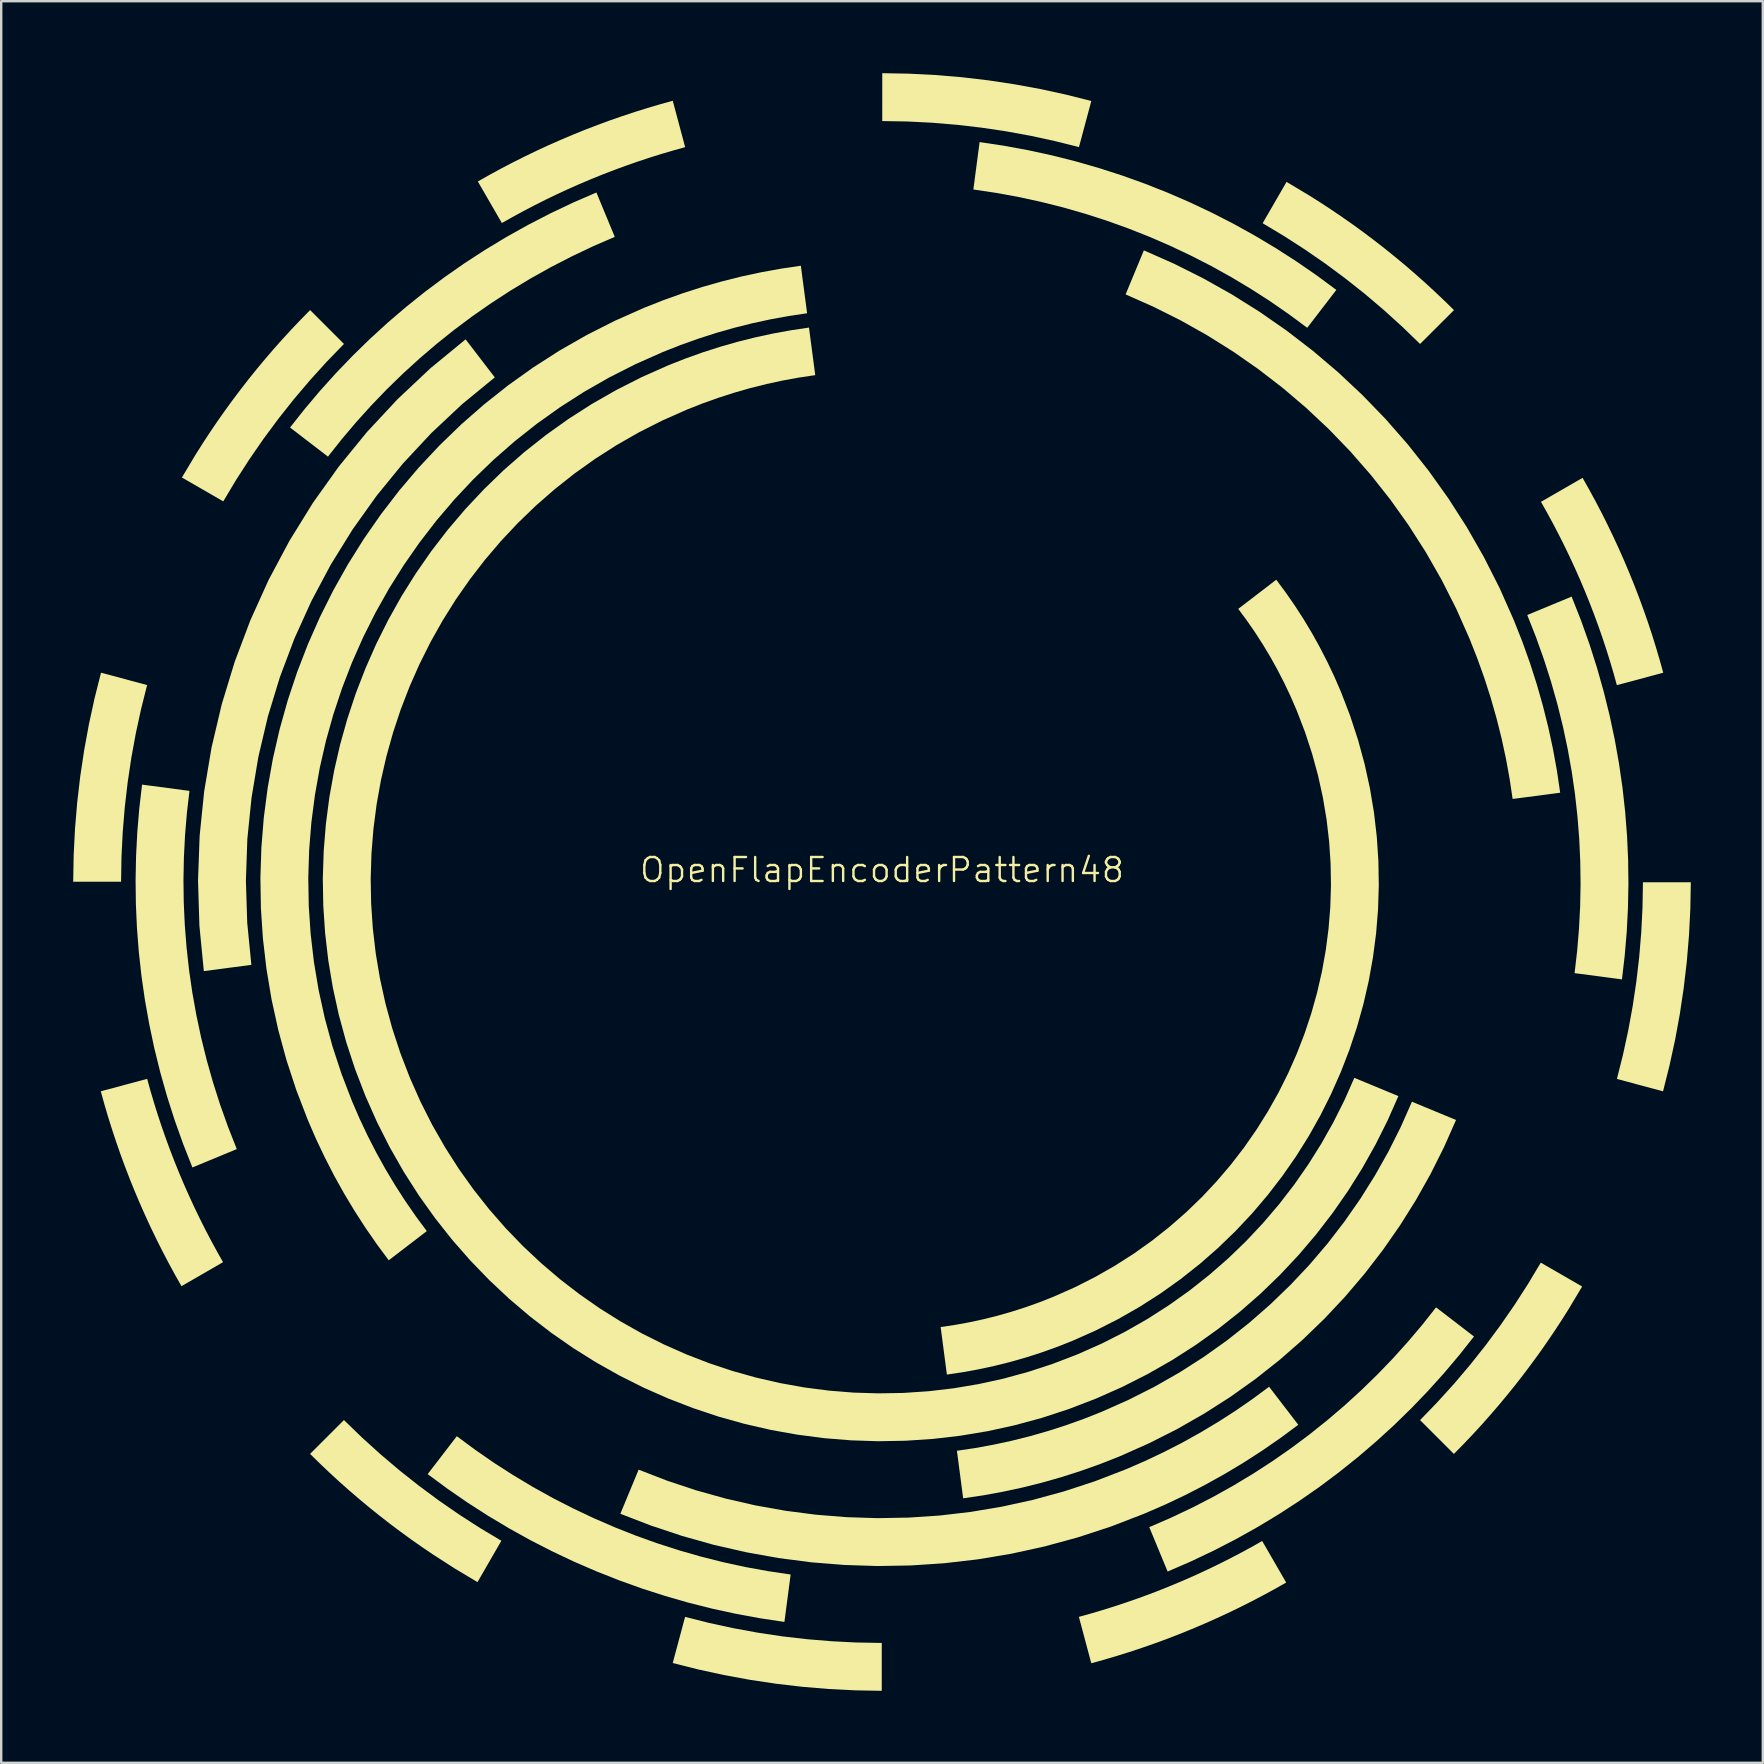
<source format=kicad_pcb>
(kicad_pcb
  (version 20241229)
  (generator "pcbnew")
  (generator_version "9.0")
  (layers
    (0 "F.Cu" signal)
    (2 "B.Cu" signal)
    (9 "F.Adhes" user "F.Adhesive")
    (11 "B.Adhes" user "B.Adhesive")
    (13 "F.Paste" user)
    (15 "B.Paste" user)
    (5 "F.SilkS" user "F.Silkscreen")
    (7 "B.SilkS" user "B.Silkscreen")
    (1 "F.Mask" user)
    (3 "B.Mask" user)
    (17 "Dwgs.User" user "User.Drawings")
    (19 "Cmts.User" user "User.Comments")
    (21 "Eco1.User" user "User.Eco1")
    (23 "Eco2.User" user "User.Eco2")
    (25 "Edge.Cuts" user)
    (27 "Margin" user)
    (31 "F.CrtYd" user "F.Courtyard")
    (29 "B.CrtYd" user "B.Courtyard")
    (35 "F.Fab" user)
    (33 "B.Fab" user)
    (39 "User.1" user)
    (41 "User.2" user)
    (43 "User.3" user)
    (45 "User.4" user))
  (footprint "OpenFlapEncoderPattern48"
    (layer "F.Cu")
    (at 33.704 33.704)
    (property "Reference" "OpenFlapEncoderPattern48" (at 0 -0.5 0) (unlocked yes) (layer "F.SilkS") (effects (font (size 1 1) (thickness 0.1))))
    (fp_poly (pts (xy 29.193 -16.842) (xy 29.193 -16.842) (xy 29.193 -16.842) (xy 29.193 -16.842) (xy 29.193 -16.842) (xy 29.193 -16.842) (xy 29.193 -16.842) (xy 29.193 -16.842) (xy 29.193 -16.842)) (stroke (width -0.000001) (type solid)) (fill yes) (layer "F.SilkS"))
    (fp_poly (pts (xy -30.624 -8.207) (xy -30.875 -7.207) (xy -31.094 -6.198) (xy -31.28 -5.182) (xy -31.433 -4.159) (xy -31.553 -3.129) (xy -31.639 -2.094) (xy -31.692 -1.054) (xy -31.709 -0.01) (xy -33.704 -0.011) (xy -33.684 -1.12) (xy -33.628 -2.225) (xy -33.536 -3.325) (xy -33.408 -4.419) (xy -33.244 -5.507) (xy -33.046 -6.587) (xy -32.812 -7.659) (xy -32.545 -8.722)) (stroke (width -0.000001) (type solid)) (fill yes) (layer "F.SilkS"))
    (fp_poly (pts (xy -7.206 30.875) (xy -6.198 31.094) (xy -5.182 31.28) (xy -4.158 31.434) (xy -3.129 31.553) (xy -2.093 31.639) (xy -1.054 31.691) (xy -0.01 31.709) (xy -0.011 33.704) (xy -1.12 33.684) (xy -2.225 33.628) (xy -3.325 33.536) (xy -4.419 33.408) (xy -5.506 33.245) (xy -6.587 33.046) (xy -7.659 32.813) (xy -8.721 32.546) (xy -8.206 30.624)) (stroke (width -0.000001) (type solid)) (fill yes) (layer "F.SilkS"))
    (fp_poly (pts (xy 1.12 -33.684) (xy 2.225 -33.628) (xy 3.325 -33.536) (xy 4.419 -33.408) (xy 5.507 -33.244) (xy 6.587 -33.046) (xy 7.659 -32.813) (xy 8.722 -32.545) (xy 8.207 -30.624) (xy 7.207 -30.875) (xy 6.198 -31.094) (xy 5.182 -31.28) (xy 4.159 -31.433) (xy 3.129 -31.553) (xy 2.094 -31.639) (xy 1.054 -31.692) (xy 0.01 -31.709) (xy 0.011 -33.704)) (stroke (width -0.000001) (type solid)) (fill yes) (layer "F.SilkS"))
    (fp_poly (pts (xy 33.704 0.011) (xy 33.684 1.12) (xy 33.628 2.225) (xy 33.536 3.325) (xy 33.408 4.419) (xy 33.245 5.507) (xy 33.047 6.587) (xy 32.813 7.659) (xy 32.546 8.722) (xy 30.624 8.207) (xy 30.875 7.207) (xy 31.094 6.198) (xy 31.28 5.182) (xy 31.433 4.159) (xy 31.553 3.129) (xy 31.639 2.094) (xy 31.691 1.054) (xy 31.709 0.01)) (stroke (width -0.000001) (type solid)) (fill yes) (layer "F.SilkS"))
    (fp_poly (pts (xy -21.672 23.147) (xy -20.9 23.846) (xy -20.108 24.517) (xy -19.295 25.161) (xy -18.464 25.776) (xy -17.614 26.363) (xy -16.746 26.922) (xy -15.862 27.452) (xy -16.856 29.174) (xy -17.797 28.612) (xy -18.719 28.018) (xy -19.174 27.71) (xy -19.623 27.394) (xy -20.068 27.071) (xy -20.508 26.74) (xy -20.943 26.402) (xy -21.372 26.057) (xy -21.796 25.704) (xy -22.215 25.344) (xy -22.628 24.977) (xy -23.036 24.602) (xy -23.437 24.22) (xy -23.833 23.831) (xy -22.422 22.421)) (stroke (width -0.000001) (type solid)) (fill yes) (layer "F.SilkS"))
    (fp_poly (pts (xy -22.421 -22.422) (xy -23.147 -21.672) (xy -23.845 -20.9) (xy -24.517 -20.108) (xy -25.16 -19.295) (xy -25.776 -18.463) (xy -26.363 -17.613) (xy -26.922 -16.745) (xy -27.451 -15.861) (xy -29.174 -16.856) (xy -28.611 -17.797) (xy -28.319 -18.26) (xy -28.018 -18.719) (xy -27.71 -19.174) (xy -27.394 -19.623) (xy -27.071 -20.068) (xy -26.74 -20.508) (xy -26.402 -20.943) (xy -26.057 -21.372) (xy -25.704 -21.796) (xy -25.344 -22.215) (xy -24.976 -22.628) (xy -24.601 -23.036) (xy -24.22 -23.437) (xy -23.831 -23.833)) (stroke (width -0.000001) (type solid)) (fill yes) (layer "F.SilkS"))
    (fp_poly (pts (xy 17.797 -28.612) (xy 18.261 -28.319) (xy 18.72 -28.018) (xy 19.174 -27.71) (xy 19.624 -27.394) (xy 20.069 -27.071) (xy 20.508 -26.74) (xy 20.943 -26.402) (xy 21.372 -26.056) (xy 21.796 -25.704) (xy 22.215 -25.343) (xy 22.628 -24.976) (xy 23.036 -24.601) (xy 23.438 -24.22) (xy 23.834 -23.831) (xy 22.422 -22.421) (xy 21.672 -23.146) (xy 20.9 -23.845) (xy 20.108 -24.517) (xy 19.295 -25.16) (xy 18.464 -25.776) (xy 17.614 -26.363) (xy 16.746 -26.922) (xy 15.862 -27.452) (xy 16.857 -29.174)) (stroke (width -0.000001) (type solid)) (fill yes) (layer "F.SilkS"))
    (fp_poly (pts (xy 29.175 16.856) (xy 28.612 17.797) (xy 28.319 18.261) (xy 28.019 18.72) (xy 27.71 19.174) (xy 27.395 19.624) (xy 27.071 20.068) (xy 26.741 20.508) (xy 26.403 20.943) (xy 26.057 21.372) (xy 25.704 21.796) (xy 25.344 22.215) (xy 24.977 22.628) (xy 24.602 23.035) (xy 24.22 23.437) (xy 23.831 23.833) (xy 22.421 22.423) (xy 23.147 21.672) (xy 23.846 20.901) (xy 24.517 20.108) (xy 25.161 19.296) (xy 25.776 18.464) (xy 26.364 17.614) (xy 26.922 16.746) (xy 27.452 15.862)) (stroke (width -0.000001) (type solid)) (fill yes) (layer "F.SilkS"))
    (fp_poly (pts (xy -30.485 8.698) (xy -30.339 9.191) (xy -30.185 9.684) (xy -30.022 10.176) (xy -29.851 10.666) (xy -29.671 11.156) (xy -29.483 11.644) (xy -29.286 12.131) (xy -29.082 12.613) (xy -28.87 13.09) (xy -28.652 13.562) (xy -28.427 14.028) (xy -28.195 14.49) (xy -27.956 14.946) (xy -27.711 15.396) (xy -27.46 15.842) (xy -29.192 16.842) (xy -29.46 16.368) (xy -29.721 15.889) (xy -29.974 15.404) (xy -30.221 14.914) (xy -30.461 14.418) (xy -30.693 13.916) (xy -30.918 13.409) (xy -31.135 12.897) (xy -31.345 12.379) (xy -31.545 11.86) (xy -31.736 11.34) (xy -31.917 10.818) (xy -32.09 10.295) (xy -32.254 9.772) (xy -32.409 9.247) (xy -32.554 8.721) (xy -30.622 8.203)) (stroke (width -0.000001) (type solid)) (fill yes) (layer "F.SilkS"))
    (fp_poly (pts (xy -28.859 -3.797) (xy -28.966 -2.876) (xy -29.043 -1.951) (xy -29.091 -1.021) (xy -29.109 -0.088) (xy -29.097 0.848) (xy -29.054 1.786) (xy -28.98 2.726) (xy -28.876 3.666) (xy -28.74 4.606) (xy -28.572 5.545) (xy -28.373 6.483) (xy -28.141 7.419) (xy -27.877 8.352) (xy -27.58 9.282) (xy -27.25 10.208) (xy -26.887 11.129) (xy -28.736 11.895) (xy -29.124 10.911) (xy -29.476 9.923) (xy -29.793 8.93) (xy -30.075 7.933) (xy -30.322 6.933) (xy -30.534 5.93) (xy -30.713 4.927) (xy -30.858 3.922) (xy -30.969 2.917) (xy -31.047 1.913) (xy -31.092 0.91) (xy -31.104 -0.091) (xy -31.084 -1.088) (xy -31.032 -2.083) (xy -30.949 -3.073) (xy -30.834 -4.058)) (stroke (width -0.000001) (type solid)) (fill yes) (layer "F.SilkS"))
    (fp_poly (pts (xy -16.136 -21.028) (xy -17.499 -19.91) (xy -18.776 -18.712) (xy -19.963 -17.439) (xy -21.059 -16.097) (xy -22.061 -14.692) (xy -22.968 -13.228) (xy -23.776 -11.711) (xy -24.485 -10.146) (xy -25.091 -8.538) (xy -25.592 -6.894) (xy -25.987 -5.218) (xy -26.272 -3.515) (xy -26.447 -1.792) (xy -26.507 -0.052) (xy -26.452 1.697) (xy -26.28 3.452) (xy -28.26 3.713) (xy -28.444 1.827) (xy -28.502 -0.053) (xy -28.435 -1.923) (xy -28.246 -3.776) (xy -27.938 -5.607) (xy -27.513 -7.409) (xy -26.973 -9.178) (xy -26.321 -10.907) (xy -25.56 -12.59) (xy -24.69 -14.222) (xy -23.716 -15.797) (xy -22.639 -17.309) (xy -21.462 -18.752) (xy -20.186 -20.121) (xy -18.816 -21.41) (xy -17.352 -22.613)) (stroke (width -0.000001) (type solid)) (fill yes) (layer "F.SilkS"))
    (fp_poly (pts (xy -11.136 -26.884) (xy -12.044 -26.49) (xy -12.932 -26.068) (xy -13.8 -25.621) (xy -14.647 -25.148) (xy -15.473 -24.65) (xy -16.277 -24.128) (xy -17.06 -23.583) (xy -17.821 -23.014) (xy -18.56 -22.424) (xy -19.276 -21.812) (xy -19.97 -21.179) (xy -20.641 -20.526) (xy -21.288 -19.853) (xy -21.912 -19.162) (xy -22.512 -18.453) (xy -23.088 -17.726) (xy -24.668 -18.939) (xy -24.053 -19.716) (xy -23.412 -20.475) (xy -22.745 -21.215) (xy -22.053 -21.934) (xy -21.337 -22.633) (xy -20.596 -23.31) (xy -19.83 -23.965) (xy -19.041 -24.597) (xy -18.228 -25.205) (xy -17.392 -25.788) (xy -16.533 -26.346) (xy -15.651 -26.879) (xy -14.746 -27.384) (xy -13.82 -27.862) (xy -12.872 -28.312) (xy -11.902 -28.733)) (stroke (width -0.000001) (type solid)) (fill yes) (layer "F.SilkS"))
    (fp_poly (pts (xy -8.203 -30.622) (xy -8.698 -30.484) (xy -9.191 -30.339) (xy -9.684 -30.185) (xy -10.175 -30.022) (xy -10.666 -29.851) (xy -11.155 -29.671) (xy -11.644 -29.483) (xy -12.13 -29.286) (xy -12.613 -29.082) (xy -13.09 -28.87) (xy -13.561 -28.652) (xy -14.028 -28.427) (xy -14.489 -28.195) (xy -14.945 -27.956) (xy -15.396 -27.711) (xy -15.841 -27.46) (xy -16.842 -29.192) (xy -16.368 -29.46) (xy -15.889 -29.721) (xy -15.404 -29.975) (xy -14.913 -30.221) (xy -14.417 -30.461) (xy -13.916 -30.693) (xy -13.409 -30.918) (xy -12.896 -31.135) (xy -12.379 -31.345) (xy -11.86 -31.545) (xy -11.339 -31.736) (xy -10.818 -31.917) (xy -10.295 -32.09) (xy -9.771 -32.254) (xy -9.246 -32.409) (xy -8.72 -32.555)) (stroke (width -0.000001) (type solid)) (fill yes) (layer "F.SilkS"))
    (fp_poly (pts (xy 5.077 -30.681) (xy 6.079 -30.497) (xy 7.074 -30.281) (xy 8.06 -30.033) (xy 9.036 -29.752) (xy 10.003 -29.441) (xy 10.958 -29.098) (xy 11.902 -28.725) (xy 12.833 -28.321) (xy 13.751 -27.887) (xy 14.655 -27.424) (xy 15.543 -26.931) (xy 16.416 -26.409) (xy 17.272 -25.859) (xy 18.111 -25.28) (xy 18.932 -24.673) (xy 17.719 -23.094) (xy 16.951 -23.662) (xy 16.167 -24.205) (xy 15.365 -24.72) (xy 14.549 -25.209) (xy 13.717 -25.67) (xy 12.871 -26.104) (xy 12.013 -26.51) (xy 11.141 -26.888) (xy 10.258 -27.237) (xy 9.363 -27.558) (xy 8.459 -27.849) (xy 7.545 -28.111) (xy 6.621 -28.343) (xy 5.69 -28.545) (xy 4.752 -28.717) (xy 3.807 -28.858) (xy 4.067 -30.833)) (stroke (width -0.000001) (type solid)) (fill yes) (layer "F.SilkS"))
    (fp_poly (pts (xy 24.668 18.939) (xy 24.053 19.716) (xy 23.412 20.475) (xy 22.745 21.215) (xy 22.053 21.934) (xy 21.337 22.633) (xy 20.596 23.31) (xy 19.831 23.965) (xy 19.041 24.597) (xy 18.229 25.205) (xy 17.392 25.788) (xy 16.533 26.347) (xy 15.651 26.879) (xy 14.747 27.384) (xy 13.82 27.862) (xy 12.872 28.312) (xy 11.902 28.733) (xy 11.137 26.884) (xy 12.045 26.49) (xy 12.933 26.069) (xy 13.801 25.621) (xy 14.648 25.148) (xy 15.473 24.651) (xy 16.278 24.129) (xy 17.061 23.583) (xy 17.822 23.015) (xy 18.56 22.424) (xy 19.277 21.812) (xy 19.97 21.179) (xy 20.641 20.526) (xy 21.289 19.854) (xy 21.912 19.162) (xy 22.512 18.453) (xy 23.088 17.726)) (stroke (width -0.000001) (type solid)) (fill yes) (layer "F.SilkS"))
    (fp_poly (pts (xy 29.125 -10.91) (xy 29.477 -9.921) (xy 29.794 -8.928) (xy 30.075 -7.931) (xy 30.322 -6.931) (xy 30.535 -5.929) (xy 30.713 -4.925) (xy 30.858 -3.921) (xy 30.969 -2.916) (xy 31.047 -1.912) (xy 31.092 -0.909) (xy 31.104 0.091) (xy 31.084 1.089) (xy 31.033 2.083) (xy 30.949 3.073) (xy 30.834 4.058) (xy 28.86 3.798) (xy 28.967 2.877) (xy 29.044 1.951) (xy 29.092 1.021) (xy 29.11 0.088) (xy 29.097 -0.848) (xy 29.055 -1.786) (xy 28.981 -2.725) (xy 28.877 -3.665) (xy 28.741 -4.605) (xy 28.573 -5.544) (xy 28.374 -6.482) (xy 28.142 -7.418) (xy 27.878 -8.351) (xy 27.581 -9.281) (xy 27.251 -10.207) (xy 26.888 -11.127) (xy 28.737 -11.893)) (stroke (width -0.000001) (type solid)) (fill yes) (layer "F.SilkS"))
    (fp_poly (pts (xy 29.46 -16.368) (xy 29.721 -15.889) (xy 29.975 -15.404) (xy 30.222 -14.913) (xy 30.461 -14.417) (xy 30.693 -13.916) (xy 30.918 -13.409) (xy 31.135 -12.896) (xy 31.345 -12.379) (xy 31.545 -11.86) (xy 31.736 -11.339) (xy 31.918 -10.818) (xy 32.091 -10.295) (xy 32.254 -9.771) (xy 32.409 -9.246) (xy 32.555 -8.721) (xy 30.622 -8.204) (xy 30.485 -8.698) (xy 30.339 -9.191) (xy 30.185 -9.684) (xy 30.022 -10.176) (xy 29.851 -10.666) (xy 29.672 -11.155) (xy 29.483 -11.644) (xy 29.286 -12.13) (xy 29.082 -12.613) (xy 28.871 -13.089) (xy 28.652 -13.561) (xy 28.427 -14.028) (xy 28.195 -14.489) (xy 27.957 -14.945) (xy 27.712 -15.396) (xy 27.46 -15.842) (xy 29.193 -16.842)) (stroke (width -0.000001) (type solid)) (fill yes) (layer "F.SilkS"))
    (fp_poly (pts (xy -16.951 23.662) (xy -16.167 24.205) (xy -15.365 24.72) (xy -14.549 25.209) (xy -13.717 25.671) (xy -12.871 26.104) (xy -12.012 26.51) (xy -11.141 26.888) (xy -10.258 27.238) (xy -9.363 27.558) (xy -8.459 27.849) (xy -7.544 28.111) (xy -6.621 28.344) (xy -5.69 28.546) (xy -4.752 28.717) (xy -3.807 28.858) (xy -4.067 30.833) (xy -5.076 30.681) (xy -6.079 30.497) (xy -7.073 30.281) (xy -8.059 30.033) (xy -9.036 29.752) (xy -10.003 29.441) (xy -10.958 29.098) (xy -11.902 28.725) (xy -12.833 28.322) (xy -13.751 27.888) (xy -14.655 27.425) (xy -15.543 26.932) (xy -16.416 26.41) (xy -17.272 25.86) (xy -18.111 25.281) (xy -18.932 24.674) (xy -17.719 23.094) (xy -17.719 23.094)) (stroke (width -0.000001) (type solid)) (fill yes) (layer "F.SilkS"))
    (fp_poly (pts (xy 16.842 29.192) (xy 16.368 29.46) (xy 15.889 29.721) (xy 15.404 29.975) (xy 14.914 30.222) (xy 14.418 30.461) (xy 13.917 30.693) (xy 13.41 30.918) (xy 12.897 31.135) (xy 12.379 31.345) (xy 11.86 31.545) (xy 11.34 31.736) (xy 10.818 31.918) (xy 10.296 32.091) (xy 9.772 32.254) (xy 9.247 32.409) (xy 8.721 32.555) (xy 8.204 30.622) (xy 8.204 30.622) (xy 8.698 30.485) (xy 9.192 30.339) (xy 9.684 30.185) (xy 10.176 30.022) (xy 10.667 29.851) (xy 11.156 29.672) (xy 11.644 29.483) (xy 12.131 29.286) (xy 12.613 29.082) (xy 13.09 28.871) (xy 13.562 28.652) (xy 14.028 28.427) (xy 14.49 28.195) (xy 14.946 27.957) (xy 15.397 27.712) (xy 15.842 27.46)) (stroke (width -0.000001) (type solid)) (fill yes) (layer "F.SilkS"))
    (fp_poly (pts (xy 12.162 -25.768) (xy 13.385 -25.155) (xy 14.579 -24.484) (xy 15.74 -23.756) (xy 16.868 -22.971) (xy 17.958 -22.132) (xy 19.01 -21.238) (xy 20.02 -20.29) (xy 20.987 -19.29) (xy 21.907 -18.239) (xy 22.779 -17.137) (xy 23.6 -15.986) (xy 24.369 -14.787) (xy 25.082 -13.539) (xy 25.737 -12.246) (xy 26.331 -10.906) (xy 26.682 -10.02) (xy 27 -9.129) (xy 27.287 -8.234) (xy 27.542 -7.336) (xy 27.767 -6.435) (xy 27.962 -5.532) (xy 28.126 -4.627) (xy 28.26 -3.721) (xy 26.279 -3.461) (xy 26.153 -4.302) (xy 26 -5.143) (xy 25.819 -5.982) (xy 25.609 -6.82) (xy 25.371 -7.655) (xy 25.104 -8.488) (xy 24.808 -9.316) (xy 24.482 -10.141) (xy 23.929 -11.388) (xy 23.319 -12.592) (xy 22.656 -13.753) (xy 21.941 -14.87) (xy 21.178 -15.942) (xy 20.367 -16.967) (xy 19.512 -17.945) (xy 18.614 -18.876) (xy 17.675 -19.757) (xy 16.698 -20.589) (xy 15.684 -21.37) (xy 14.637 -22.1) (xy 13.558 -22.777) (xy 12.449 -23.401) (xy 11.313 -23.97) (xy 10.151 -24.485) (xy 10.912 -26.321)) (stroke (width -0.000001) (type solid)) (fill yes) (layer "F.SilkS"))
    (fp_poly (pts (xy 23.92 9.917) (xy 23.417 11.053) (xy 22.86 12.165) (xy 22.251 13.249) (xy 21.589 14.305) (xy 20.876 15.329) (xy 20.113 16.32) (xy 19.3 17.276) (xy 18.439 18.194) (xy 17.531 19.072) (xy 16.575 19.909) (xy 15.574 20.701) (xy 14.528 21.447) (xy 13.438 22.145) (xy 12.305 22.793) (xy 11.129 23.388) (xy 9.912 23.929) (xy 9.107 24.247) (xy 8.297 24.536) (xy 7.484 24.797) (xy 6.667 25.029) (xy 5.848 25.234) (xy 5.027 25.41) (xy 4.205 25.56) (xy 3.382 25.682) (xy 3.122 23.701) (xy 3.881 23.588) (xy 4.639 23.449) (xy 5.396 23.286) (xy 6.151 23.097) (xy 6.905 22.882) (xy 7.655 22.641) (xy 8.403 22.374) (xy 9.146 22.08) (xy 10.271 21.58) (xy 11.357 21.031) (xy 12.405 20.433) (xy 13.412 19.788) (xy 14.378 19.1) (xy 15.303 18.369) (xy 16.185 17.597) (xy 17.024 16.787) (xy 17.82 15.941) (xy 18.57 15.06) (xy 19.274 14.146) (xy 19.932 13.202) (xy 20.543 12.228) (xy 21.106 11.228) (xy 21.619 10.204) (xy 22.083 9.156)) (stroke (width -0.000001) (type solid)) (fill yes) (layer "F.SilkS"))
    (fp_poly (pts (xy 17.346 22.618) (xy 16.611 23.163) (xy 15.856 23.686) (xy 15.08 24.187) (xy 14.285 24.664) (xy 13.47 25.118) (xy 12.635 25.548) (xy 11.78 25.953) (xy 10.907 26.331) (xy 9.539 26.858) (xy 8.16 27.31) (xy 6.774 27.687) (xy 5.382 27.993) (xy 3.987 28.226) (xy 2.591 28.388) (xy 1.196 28.48) (xy -0.195 28.504) (xy -1.579 28.459) (xy -2.956 28.348) (xy -4.321 28.17) (xy -5.673 27.927) (xy -7.01 27.621) (xy -8.328 27.251) (xy -9.627 26.819) (xy -10.903 26.326) (xy -10.142 24.489) (xy -10.142 24.488) (xy -8.956 24.947) (xy -7.75 25.348) (xy -6.524 25.691) (xy -5.282 25.976) (xy -4.025 26.201) (xy -2.756 26.365) (xy -1.476 26.468) (xy -0.189 26.509) (xy 1.105 26.486) (xy 2.402 26.4) (xy 3.7 26.248) (xy 4.998 26.03) (xy 6.294 25.746) (xy 7.584 25.393) (xy 8.867 24.973) (xy 10.141 24.482) (xy 10.954 24.13) (xy 11.748 23.754) (xy 12.525 23.355) (xy 13.283 22.933) (xy 14.023 22.489) (xy 14.745 22.024) (xy 15.447 21.538) (xy 16.13 21.033)) (stroke (width -0.000001) (type solid)) (fill yes) (layer "F.SilkS"))
    (fp_poly (pts (xy -3.121 -23.7) (xy -3.88 -23.587) (xy -4.638 -23.449) (xy -5.396 -23.285) (xy -6.151 -23.096) (xy -6.904 -22.882) (xy -7.655 -22.641) (xy -8.402 -22.374) (xy -9.145 -22.08) (xy -10.271 -21.58) (xy -11.358 -21.03) (xy -12.405 -20.432) (xy -13.413 -19.787) (xy -14.38 -19.098) (xy -15.305 -18.367) (xy -16.187 -17.595) (xy -17.027 -16.784) (xy -17.822 -15.937) (xy -18.572 -15.056) (xy -19.277 -14.141) (xy -19.935 -13.196) (xy -20.546 -12.223) (xy -21.108 -11.222) (xy -21.622 -10.196) (xy -22.086 -9.148) (xy -22.499 -8.079) (xy -22.861 -6.991) (xy -23.171 -5.885) (xy -23.427 -4.765) (xy -23.63 -3.631) (xy -23.779 -2.486) (xy -23.871 -1.333) (xy -23.908 -0.171) (xy -23.888 0.995) (xy -23.809 2.165) (xy -23.672 3.337) (xy -23.476 4.507) (xy -23.219 5.676) (xy -22.902 6.84) (xy -22.522 7.997) (xy -22.08 9.146) (xy -21.762 9.879) (xy -21.423 10.595) (xy -21.063 11.296) (xy -20.683 11.98) (xy -20.283 12.647) (xy -19.863 13.297) (xy -19.425 13.931) (xy -18.969 14.547) (xy -20.555 15.763) (xy -21.05 15.095) (xy -21.525 14.409) (xy -21.98 13.704) (xy -22.414 12.982) (xy -22.827 12.241) (xy -23.217 11.482) (xy -23.585 10.706) (xy -23.929 9.912) (xy -24.407 8.669) (xy -24.818 7.416) (xy -25.161 6.156) (xy -25.438 4.891) (xy -25.65 3.623) (xy -25.798 2.354) (xy -25.882 1.087) (xy -25.903 -0.177) (xy -25.862 -1.436) (xy -25.761 -2.686) (xy -25.599 -3.927) (xy -25.379 -5.156) (xy -25.1 -6.371) (xy -24.764 -7.569) (xy -24.371 -8.749) (xy -23.923 -9.909) (xy -23.42 -11.046) (xy -22.863 -12.158) (xy -22.253 -13.243) (xy -21.591 -14.299) (xy -20.878 -15.324) (xy -20.115 -16.316) (xy -19.303 -17.272) (xy -18.441 -18.191) (xy -17.533 -19.069) (xy -16.577 -19.906) (xy -15.576 -20.699) (xy -14.529 -21.446) (xy -13.439 -22.145) (xy -12.305 -22.793) (xy -11.129 -23.388) (xy -9.911 -23.929) (xy -9.911 -23.929) (xy -9.911 -23.929) (xy -9.911 -23.929) (xy -9.911 -23.929) (xy -9.911 -23.929) (xy -9.911 -23.929) (xy -9.106 -24.247) (xy -8.296 -24.536) (xy -7.483 -24.797) (xy -6.667 -25.029) (xy -5.848 -25.234) (xy -5.027 -25.41) (xy -4.205 -25.559) (xy -3.382 -25.681)) (stroke (width -0.000001) (type solid)) (fill yes) (layer "F.SilkS"))
    (fp_poly (pts (xy 16.824 -12.063) (xy 17.204 -11.515) (xy 17.568 -10.952) (xy 17.915 -10.374) (xy 18.244 -9.782) (xy 18.556 -9.176) (xy 18.85 -8.556) (xy 19.125 -7.922) (xy 19.507 -6.928) (xy 19.835 -5.927) (xy 20.11 -4.92) (xy 20.331 -3.909) (xy 20.501 -2.896) (xy 20.618 -1.882) (xy 20.685 -0.869) (xy 20.702 0.141) (xy 20.67 1.147) (xy 20.589 2.147) (xy 20.459 3.138) (xy 20.283 4.12) (xy 20.06 5.091) (xy 19.791 6.049) (xy 19.477 6.993) (xy 19.119 7.919) (xy 18.717 8.828) (xy 18.272 9.717) (xy 17.785 10.585) (xy 17.256 11.429) (xy 16.686 12.248) (xy 16.076 13.041) (xy 15.427 13.805) (xy 14.738 14.539) (xy 14.012 15.241) (xy 13.249 15.91) (xy 12.448 16.544) (xy 11.612 17.141) (xy 10.741 17.699) (xy 9.835 18.217) (xy 8.895 18.693) (xy 7.922 19.125) (xy 7.279 19.379) (xy 6.632 19.61) (xy 5.982 19.818) (xy 5.329 20.004) (xy 4.675 20.167) (xy 4.019 20.308) (xy 3.362 20.428) (xy 2.704 20.525) (xy 2.444 18.546) (xy 3.038 18.457) (xy 3.631 18.349) (xy 4.223 18.221) (xy 4.814 18.073) (xy 5.403 17.905) (xy 5.991 17.717) (xy 6.575 17.508) (xy 7.157 17.278) (xy 8.038 16.887) (xy 8.888 16.456) (xy 9.708 15.988) (xy 10.497 15.484) (xy 11.253 14.945) (xy 11.977 14.372) (xy 12.668 13.768) (xy 13.325 13.134) (xy 13.947 12.471) (xy 14.534 11.781) (xy 15.086 11.066) (xy 15.6 10.327) (xy 16.078 9.565) (xy 16.519 8.782) (xy 16.92 7.979) (xy 17.283 7.159) (xy 17.607 6.322) (xy 17.89 5.471) (xy 18.132 4.606) (xy 18.333 3.729) (xy 18.492 2.842) (xy 18.608 1.947) (xy 18.681 1.044) (xy 18.709 0.135) (xy 18.693 -0.778) (xy 18.632 -1.693) (xy 18.525 -2.61) (xy 18.371 -3.526) (xy 18.17 -4.44) (xy 17.921 -5.351) (xy 17.624 -6.257) (xy 17.278 -7.156) (xy 17.029 -7.73) (xy 16.764 -8.29) (xy 16.482 -8.838) (xy 16.185 -9.374) (xy 15.872 -9.896) (xy 15.544 -10.405) (xy 15.201 -10.9) (xy 14.845 -11.382) (xy 16.429 -12.597) (xy 16.429 -12.597) (xy 16.429 -12.597) (xy 16.429 -12.597) (xy 16.429 -12.597) (xy 16.429 -12.597) (xy 16.429 -12.597) (xy 16.429 -12.597) (xy 16.429 -12.597)) (stroke (width -0.000001) (type solid)) (fill yes) (layer "F.SilkS"))
    (fp_poly (pts (xy -2.782 -21.122) (xy -3.459 -21.021) (xy -4.134 -20.898) (xy -4.809 -20.752) (xy -5.482 -20.584) (xy -6.153 -20.392) (xy -6.822 -20.177) (xy -7.488 -19.939) (xy -8.15 -19.677) (xy -9.153 -19.232) (xy -10.122 -18.742) (xy -11.056 -18.209) (xy -11.954 -17.634) (xy -12.816 -17.02) (xy -13.64 -16.368) (xy -14.427 -15.68) (xy -15.175 -14.958) (xy -15.884 -14.203) (xy -16.552 -13.418) (xy -17.18 -12.603) (xy -17.767 -11.761) (xy -18.311 -10.893) (xy -18.812 -10.001) (xy -19.27 -9.087) (xy -19.683 -8.153) (xy -20.052 -7.2) (xy -20.374 -6.23) (xy -20.65 -5.245) (xy -20.879 -4.247) (xy -21.06 -3.237) (xy -21.192 -2.216) (xy -21.275 -1.188) (xy -21.307 -0.153) (xy -21.289 0.886) (xy -21.219 1.929) (xy -21.097 2.973) (xy -20.922 4.017) (xy -20.693 5.058) (xy -20.41 6.095) (xy -20.072 7.127) (xy -19.677 8.151) (xy -19.232 9.154) (xy -18.742 10.123) (xy -18.208 11.057) (xy -17.634 11.955) (xy -17.02 12.816) (xy -16.368 13.641) (xy -15.68 14.428) (xy -14.958 15.176) (xy -14.203 15.884) (xy -13.417 16.553) (xy -12.602 17.181) (xy -11.76 17.768) (xy -10.892 18.312) (xy -10.001 18.814) (xy -9.087 19.271) (xy -8.153 19.685) (xy -7.2 20.053) (xy -6.23 20.376) (xy -5.245 20.652) (xy -4.246 20.881) (xy -3.236 21.062) (xy -2.216 21.194) (xy -1.187 21.277) (xy -0.152 21.309) (xy 0.887 21.291) (xy 1.93 21.221) (xy 2.974 21.099) (xy 4.017 20.924) (xy 5.059 20.696) (xy 6.096 20.412) (xy 7.128 20.074) (xy 8.152 19.68) (xy 9.154 19.235) (xy 10.123 18.745) (xy 11.056 18.212) (xy 11.954 17.637) (xy 12.815 17.024) (xy 13.639 16.372) (xy 14.426 15.685) (xy 15.174 14.963) (xy 15.882 14.208) (xy 16.551 13.423) (xy 17.179 12.609) (xy 17.765 11.767) (xy 18.309 10.899) (xy 18.811 10.008) (xy 19.269 9.095) (xy 19.682 8.161) (xy 21.518 8.922) (xy 21.065 9.944) (xy 20.564 10.944) (xy 20.016 11.92) (xy 19.421 12.869) (xy 18.779 13.791) (xy 18.093 14.682) (xy 17.362 15.542) (xy 16.587 16.368) (xy 15.77 17.158) (xy 14.911 17.91) (xy 14.01 18.623) (xy 13.069 19.295) (xy 12.089 19.923) (xy 11.069 20.505) (xy 10.012 21.041) (xy 8.917 21.527) (xy 7.799 21.957) (xy 6.672 22.327) (xy 5.538 22.636) (xy 4.4 22.885) (xy 3.26 23.075) (xy 2.118 23.208) (xy 0.978 23.283) (xy -0.159 23.303) (xy -1.291 23.266) (xy -2.416 23.175) (xy -3.532 23.029) (xy -4.638 22.831) (xy -5.731 22.58) (xy -6.809 22.278) (xy -7.871 21.924) (xy -8.914 21.521) (xy -9.937 21.069) (xy -10.937 20.568) (xy -11.914 20.019) (xy -12.864 19.424) (xy -13.786 18.782) (xy -14.678 18.096) (xy -15.538 17.365) (xy -16.364 16.59) (xy -17.155 15.772) (xy -17.908 14.913) (xy -18.621 14.012) (xy -19.293 13.071) (xy -19.921 12.09) (xy -20.504 11.07) (xy -21.04 10.012) (xy -21.526 8.917) (xy -21.957 7.798) (xy -22.326 6.672) (xy -22.635 5.538) (xy -22.884 4.4) (xy -23.075 3.26) (xy -23.207 2.118) (xy -23.283 0.978) (xy -23.302 -0.159) (xy -23.265 -1.291) (xy -23.174 -2.416) (xy -23.029 -3.533) (xy -22.83 -4.638) (xy -22.58 -5.731) (xy -22.277 -6.809) (xy -21.924 -7.871) (xy -21.52 -8.914) (xy -21.068 -9.937) (xy -20.567 -10.937) (xy -20.019 -11.914) (xy -19.423 -12.864) (xy -18.782 -13.786) (xy -18.095 -14.678) (xy -17.364 -15.538) (xy -16.589 -16.364) (xy -15.772 -17.155) (xy -14.912 -17.908) (xy -14.011 -18.621) (xy -13.07 -19.293) (xy -12.089 -19.921) (xy -11.069 -20.504) (xy -10.011 -21.04) (xy -8.916 -21.527) (xy -8.916 -21.527) (xy -8.192 -21.813) (xy -7.464 -22.073) (xy -6.732 -22.307) (xy -5.998 -22.516) (xy -5.261 -22.7) (xy -4.523 -22.859) (xy -3.783 -22.993) (xy -3.043 -23.103)) (stroke (width -0.000001) (type solid)) (fill yes) (layer "F.SilkS")))
  (gr_rect
    (start -3 -3)
    (end 70.408 70.408)
    (stroke (width 0.1) (type default))
    (fill no)
    (layer "Edge.Cuts")))
</source>
